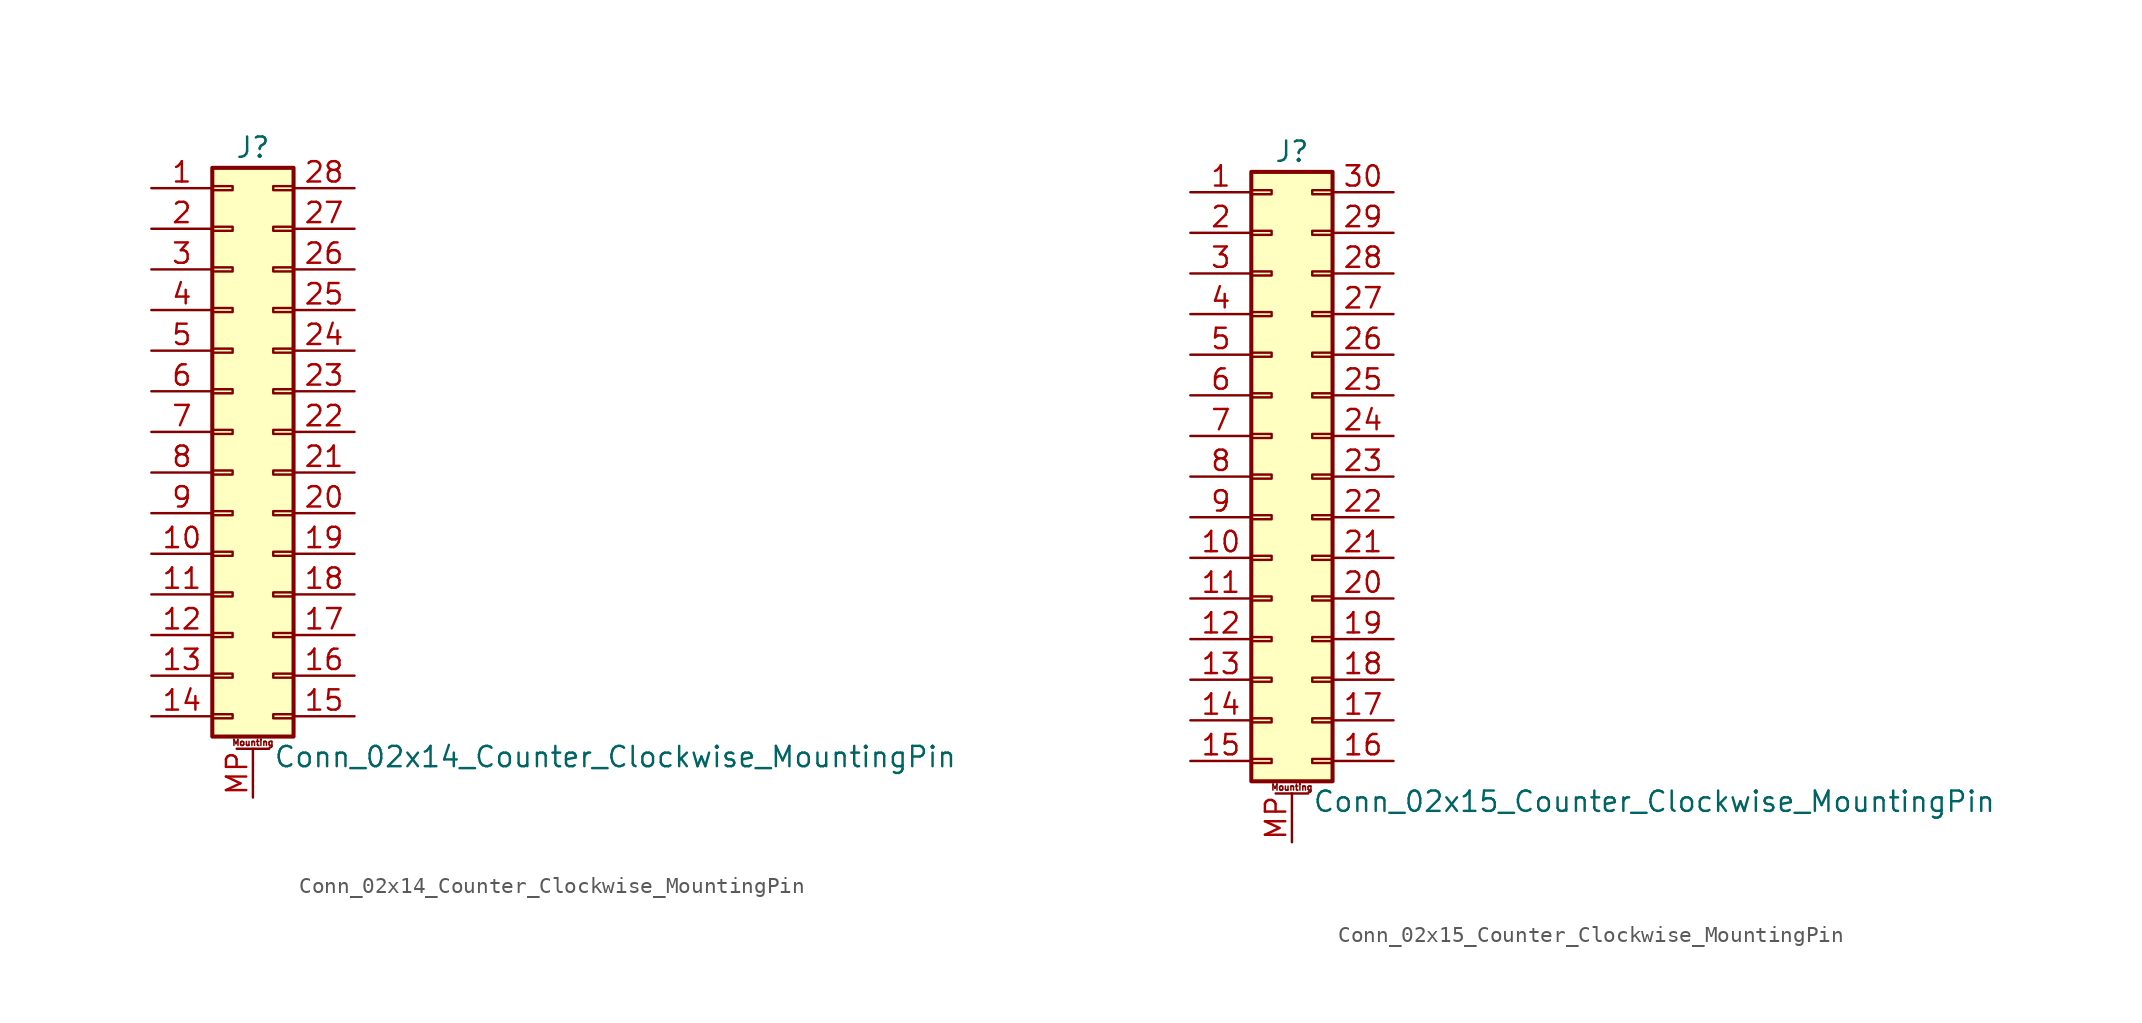
<source format=kicad_sym>
(kicad_symbol_lib
  (version 20211014)
  (generator kicad_symbol_editor)
  (symbol "Conn_02x14_Counter_Clockwise_MountingPin"
    (pin_names
      (offset 1.016) hide)
    (property "Reference" "J"
      (at 1.27 17.78 0)
      (effects (font (size 1.27 1.27))))
    (property "Value" "Conn_02x14_Counter_Clockwise_MountingPin"
      (at 2.54 -20.32 0)
      (effects (font (size 1.27 1.27)) (justify left)))
    (symbol "Conn_02x14_Counter_Clockwise_MountingPin_1_1"
      (rectangle (start -1.27 -17.653) (end 0 -17.907) (stroke (width 0.152) (type default) (color 0 0 0 0)) (fill (type none)))
      (rectangle (start -1.27 -15.113) (end 0 -15.367) (stroke (width 0.152) (type default) (color 0 0 0 0)) (fill (type none)))
      (rectangle (start -1.27 -12.573) (end 0 -12.827) (stroke (width 0.152) (type default) (color 0 0 0 0)) (fill (type none)))
      (rectangle (start -1.27 -10.033) (end 0 -10.287) (stroke (width 0.152) (type default) (color 0 0 0 0)) (fill (type none)))
      (rectangle (start -1.27 -7.493) (end 0 -7.747) (stroke (width 0.152) (type default) (color 0 0 0 0)) (fill (type none)))
      (rectangle (start -1.27 -4.953) (end 0 -5.207) (stroke (width 0.152) (type default) (color 0 0 0 0)) (fill (type none)))
      (rectangle (start -1.27 -2.413) (end 0 -2.667) (stroke (width 0.152) (type default) (color 0 0 0 0)) (fill (type none)))
      (rectangle (start -1.27 0.127) (end 0 -0.127) (stroke (width 0.152) (type default) (color 0 0 0 0)) (fill (type none)))
      (rectangle (start -1.27 2.667) (end 0 2.413) (stroke (width 0.152) (type default) (color 0 0 0 0)) (fill (type none)))
      (rectangle (start -1.27 5.207) (end 0 4.953) (stroke (width 0.152) (type default) (color 0 0 0 0)) (fill (type none)))
      (rectangle (start -1.27 7.747) (end 0 7.493) (stroke (width 0.152) (type default) (color 0 0 0 0)) (fill (type none)))
      (rectangle (start -1.27 10.287) (end 0 10.033) (stroke (width 0.152) (type default) (color 0 0 0 0)) (fill (type none)))
      (rectangle (start -1.27 12.827) (end 0 12.573) (stroke (width 0.152) (type default) (color 0 0 0 0)) (fill (type none)))
      (rectangle (start -1.27 15.367) (end 0 15.113) (stroke (width 0.152) (type default) (color 0 0 0 0)) (fill (type none)))
      (rectangle (start -1.27 16.51) (end 3.81 -19.05) (stroke (width 0.254) (type default) (color 0 0 0 0)) (fill (type background)))
      (polyline (pts (xy 0.254 -19.812) (xy 2.286 -19.812)) (stroke (width 0.152) (type default) (color 0 0 0 0)) (fill (type none)))
      (rectangle (start 3.81 -17.653) (end 2.54 -17.907) (stroke (width 0.152) (type default) (color 0 0 0 0)) (fill (type none)))
      (rectangle (start 3.81 -15.113) (end 2.54 -15.367) (stroke (width 0.152) (type default) (color 0 0 0 0)) (fill (type none)))
      (rectangle (start 3.81 -12.573) (end 2.54 -12.827) (stroke (width 0.152) (type default) (color 0 0 0 0)) (fill (type none)))
      (rectangle (start 3.81 -10.033) (end 2.54 -10.287) (stroke (width 0.152) (type default) (color 0 0 0 0)) (fill (type none)))
      (rectangle (start 3.81 -7.493) (end 2.54 -7.747) (stroke (width 0.152) (type default) (color 0 0 0 0)) (fill (type none)))
      (rectangle (start 3.81 -4.953) (end 2.54 -5.207) (stroke (width 0.152) (type default) (color 0 0 0 0)) (fill (type none)))
      (rectangle (start 3.81 -2.413) (end 2.54 -2.667) (stroke (width 0.152) (type default) (color 0 0 0 0)) (fill (type none)))
      (rectangle (start 3.81 0.127) (end 2.54 -0.127) (stroke (width 0.152) (type default) (color 0 0 0 0)) (fill (type none)))
      (rectangle (start 3.81 2.667) (end 2.54 2.413) (stroke (width 0.152) (type default) (color 0 0 0 0)) (fill (type none)))
      (rectangle (start 3.81 5.207) (end 2.54 4.953) (stroke (width 0.152) (type default) (color 0 0 0 0)) (fill (type none)))
      (rectangle (start 3.81 7.747) (end 2.54 7.493) (stroke (width 0.152) (type default) (color 0 0 0 0)) (fill (type none)))
      (rectangle (start 3.81 10.287) (end 2.54 10.033) (stroke (width 0.152) (type default) (color 0 0 0 0)) (fill (type none)))
      (rectangle (start 3.81 12.827) (end 2.54 12.573) (stroke (width 0.152) (type default) (color 0 0 0 0)) (fill (type none)))
      (rectangle (start 3.81 15.367) (end 2.54 15.113) (stroke (width 0.152) (type default) (color 0 0 0 0)) (fill (type none)))
      (text "Mounting" (at 1.27 -19.431 0) (effects (font (size 0.381 0.381))))
      (pin passive line (at -5.08 15.24 0) (length 3.81) (name "Pin_1" (effects (font (size 1.27 1.27)))) (number "1" (effects (font (size 1.27 1.27)))))
      (pin passive line (at -5.08 -7.62 0) (length 3.81) (name "Pin_10" (effects (font (size 1.27 1.27)))) (number "10" (effects (font (size 1.27 1.27)))))
      (pin passive line (at -5.08 -10.16 0) (length 3.81) (name "Pin_11" (effects (font (size 1.27 1.27)))) (number "11" (effects (font (size 1.27 1.27)))))
      (pin passive line (at -5.08 -12.7 0) (length 3.81) (name "Pin_12" (effects (font (size 1.27 1.27)))) (number "12" (effects (font (size 1.27 1.27)))))
      (pin passive line (at -5.08 -15.24 0) (length 3.81) (name "Pin_13" (effects (font (size 1.27 1.27)))) (number "13" (effects (font (size 1.27 1.27)))))
      (pin passive line (at -5.08 -17.78 0) (length 3.81) (name "Pin_14" (effects (font (size 1.27 1.27)))) (number "14" (effects (font (size 1.27 1.27)))))
      (pin passive line (at 7.62 -17.78 180) (length 3.81) (name "Pin_15" (effects (font (size 1.27 1.27)))) (number "15" (effects (font (size 1.27 1.27)))))
      (pin passive line (at 7.62 -15.24 180) (length 3.81) (name "Pin_16" (effects (font (size 1.27 1.27)))) (number "16" (effects (font (size 1.27 1.27)))))
      (pin passive line (at 7.62 -12.7 180) (length 3.81) (name "Pin_17" (effects (font (size 1.27 1.27)))) (number "17" (effects (font (size 1.27 1.27)))))
      (pin passive line (at 7.62 -10.16 180) (length 3.81) (name "Pin_18" (effects (font (size 1.27 1.27)))) (number "18" (effects (font (size 1.27 1.27)))))
      (pin passive line (at 7.62 -7.62 180) (length 3.81) (name "Pin_19" (effects (font (size 1.27 1.27)))) (number "19" (effects (font (size 1.27 1.27)))))
      (pin passive line (at -5.08 12.7 0) (length 3.81) (name "Pin_2" (effects (font (size 1.27 1.27)))) (number "2" (effects (font (size 1.27 1.27)))))
      (pin passive line (at 7.62 -5.08 180) (length 3.81) (name "Pin_20" (effects (font (size 1.27 1.27)))) (number "20" (effects (font (size 1.27 1.27)))))
      (pin passive line (at 7.62 -2.54 180) (length 3.81) (name "Pin_21" (effects (font (size 1.27 1.27)))) (number "21" (effects (font (size 1.27 1.27)))))
      (pin passive line (at 7.62 0 180) (length 3.81) (name "Pin_22" (effects (font (size 1.27 1.27)))) (number "22" (effects (font (size 1.27 1.27)))))
      (pin passive line (at 7.62 2.54 180) (length 3.81) (name "Pin_23" (effects (font (size 1.27 1.27)))) (number "23" (effects (font (size 1.27 1.27)))))
      (pin passive line (at 7.62 5.08 180) (length 3.81) (name "Pin_24" (effects (font (size 1.27 1.27)))) (number "24" (effects (font (size 1.27 1.27)))))
      (pin passive line (at 7.62 7.62 180) (length 3.81) (name "Pin_25" (effects (font (size 1.27 1.27)))) (number "25" (effects (font (size 1.27 1.27)))))
      (pin passive line (at 7.62 10.16 180) (length 3.81) (name "Pin_26" (effects (font (size 1.27 1.27)))) (number "26" (effects (font (size 1.27 1.27)))))
      (pin passive line (at 7.62 12.7 180) (length 3.81) (name "Pin_27" (effects (font (size 1.27 1.27)))) (number "27" (effects (font (size 1.27 1.27)))))
      (pin passive line (at 7.62 15.24 180) (length 3.81) (name "Pin_28" (effects (font (size 1.27 1.27)))) (number "28" (effects (font (size 1.27 1.27)))))
      (pin passive line (at -5.08 10.16 0) (length 3.81) (name "Pin_3" (effects (font (size 1.27 1.27)))) (number "3" (effects (font (size 1.27 1.27)))))
      (pin passive line (at -5.08 7.62 0) (length 3.81) (name "Pin_4" (effects (font (size 1.27 1.27)))) (number "4" (effects (font (size 1.27 1.27)))))
      (pin passive line (at -5.08 5.08 0) (length 3.81) (name "Pin_5" (effects (font (size 1.27 1.27)))) (number "5" (effects (font (size 1.27 1.27)))))
      (pin passive line (at -5.08 2.54 0) (length 3.81) (name "Pin_6" (effects (font (size 1.27 1.27)))) (number "6" (effects (font (size 1.27 1.27)))))
      (pin passive line (at -5.08 0 0) (length 3.81) (name "Pin_7" (effects (font (size 1.27 1.27)))) (number "7" (effects (font (size 1.27 1.27)))))
      (pin passive line (at -5.08 -2.54 0) (length 3.81) (name "Pin_8" (effects (font (size 1.27 1.27)))) (number "8" (effects (font (size 1.27 1.27)))))
      (pin passive line (at -5.08 -5.08 0) (length 3.81) (name "Pin_9" (effects (font (size 1.27 1.27)))) (number "9" (effects (font (size 1.27 1.27)))))
      (pin passive line (at 1.27 -22.86 90) (length 3.048) (name "MountPin" (effects (font (size 1.27 1.27)))) (number "MP" (effects (font (size 1.27 1.27)))))))
  (symbol "Conn_02x15_Counter_Clockwise_MountingPin"
    (pin_names
      (offset 1.016) hide)
    (property "Reference" "J"
      (at 1.27 20.32 0)
      (effects (font (size 1.27 1.27))))
    (property "Value" "Conn_02x15_Counter_Clockwise_MountingPin"
      (at 2.54 -20.32 0)
      (effects (font (size 1.27 1.27)) (justify left)))
    (symbol "Conn_02x15_Counter_Clockwise_MountingPin_1_1"
      (rectangle (start -1.27 -17.653) (end 0 -17.907) (stroke (width 0.152) (type default) (color 0 0 0 0)) (fill (type none)))
      (rectangle (start -1.27 -15.113) (end 0 -15.367) (stroke (width 0.152) (type default) (color 0 0 0 0)) (fill (type none)))
      (rectangle (start -1.27 -12.573) (end 0 -12.827) (stroke (width 0.152) (type default) (color 0 0 0 0)) (fill (type none)))
      (rectangle (start -1.27 -10.033) (end 0 -10.287) (stroke (width 0.152) (type default) (color 0 0 0 0)) (fill (type none)))
      (rectangle (start -1.27 -7.493) (end 0 -7.747) (stroke (width 0.152) (type default) (color 0 0 0 0)) (fill (type none)))
      (rectangle (start -1.27 -4.953) (end 0 -5.207) (stroke (width 0.152) (type default) (color 0 0 0 0)) (fill (type none)))
      (rectangle (start -1.27 -2.413) (end 0 -2.667) (stroke (width 0.152) (type default) (color 0 0 0 0)) (fill (type none)))
      (rectangle (start -1.27 0.127) (end 0 -0.127) (stroke (width 0.152) (type default) (color 0 0 0 0)) (fill (type none)))
      (rectangle (start -1.27 2.667) (end 0 2.413) (stroke (width 0.152) (type default) (color 0 0 0 0)) (fill (type none)))
      (rectangle (start -1.27 5.207) (end 0 4.953) (stroke (width 0.152) (type default) (color 0 0 0 0)) (fill (type none)))
      (rectangle (start -1.27 7.747) (end 0 7.493) (stroke (width 0.152) (type default) (color 0 0 0 0)) (fill (type none)))
      (rectangle (start -1.27 10.287) (end 0 10.033) (stroke (width 0.152) (type default) (color 0 0 0 0)) (fill (type none)))
      (rectangle (start -1.27 12.827) (end 0 12.573) (stroke (width 0.152) (type default) (color 0 0 0 0)) (fill (type none)))
      (rectangle (start -1.27 15.367) (end 0 15.113) (stroke (width 0.152) (type default) (color 0 0 0 0)) (fill (type none)))
      (rectangle (start -1.27 17.907) (end 0 17.653) (stroke (width 0.152) (type default) (color 0 0 0 0)) (fill (type none)))
      (rectangle (start -1.27 19.05) (end 3.81 -19.05) (stroke (width 0.254) (type default) (color 0 0 0 0)) (fill (type background)))
      (polyline (pts (xy 0.254 -19.812) (xy 2.286 -19.812)) (stroke (width 0.152) (type default) (color 0 0 0 0)) (fill (type none)))
      (rectangle (start 3.81 -17.653) (end 2.54 -17.907) (stroke (width 0.152) (type default) (color 0 0 0 0)) (fill (type none)))
      (rectangle (start 3.81 -15.113) (end 2.54 -15.367) (stroke (width 0.152) (type default) (color 0 0 0 0)) (fill (type none)))
      (rectangle (start 3.81 -12.573) (end 2.54 -12.827) (stroke (width 0.152) (type default) (color 0 0 0 0)) (fill (type none)))
      (rectangle (start 3.81 -10.033) (end 2.54 -10.287) (stroke (width 0.152) (type default) (color 0 0 0 0)) (fill (type none)))
      (rectangle (start 3.81 -7.493) (end 2.54 -7.747) (stroke (width 0.152) (type default) (color 0 0 0 0)) (fill (type none)))
      (rectangle (start 3.81 -4.953) (end 2.54 -5.207) (stroke (width 0.152) (type default) (color 0 0 0 0)) (fill (type none)))
      (rectangle (start 3.81 -2.413) (end 2.54 -2.667) (stroke (width 0.152) (type default) (color 0 0 0 0)) (fill (type none)))
      (rectangle (start 3.81 0.127) (end 2.54 -0.127) (stroke (width 0.152) (type default) (color 0 0 0 0)) (fill (type none)))
      (rectangle (start 3.81 2.667) (end 2.54 2.413) (stroke (width 0.152) (type default) (color 0 0 0 0)) (fill (type none)))
      (rectangle (start 3.81 5.207) (end 2.54 4.953) (stroke (width 0.152) (type default) (color 0 0 0 0)) (fill (type none)))
      (rectangle (start 3.81 7.747) (end 2.54 7.493) (stroke (width 0.152) (type default) (color 0 0 0 0)) (fill (type none)))
      (rectangle (start 3.81 10.287) (end 2.54 10.033) (stroke (width 0.152) (type default) (color 0 0 0 0)) (fill (type none)))
      (rectangle (start 3.81 12.827) (end 2.54 12.573) (stroke (width 0.152) (type default) (color 0 0 0 0)) (fill (type none)))
      (rectangle (start 3.81 15.367) (end 2.54 15.113) (stroke (width 0.152) (type default) (color 0 0 0 0)) (fill (type none)))
      (rectangle (start 3.81 17.907) (end 2.54 17.653) (stroke (width 0.152) (type default) (color 0 0 0 0)) (fill (type none)))
      (text "Mounting" (at 1.27 -19.431 0) (effects (font (size 0.381 0.381))))
      (pin passive line (at -5.08 17.78 0) (length 3.81) (name "Pin_1" (effects (font (size 1.27 1.27)))) (number "1" (effects (font (size 1.27 1.27)))))
      (pin passive line (at -5.08 -5.08 0) (length 3.81) (name "Pin_10" (effects (font (size 1.27 1.27)))) (number "10" (effects (font (size 1.27 1.27)))))
      (pin passive line (at -5.08 -7.62 0) (length 3.81) (name "Pin_11" (effects (font (size 1.27 1.27)))) (number "11" (effects (font (size 1.27 1.27)))))
      (pin passive line (at -5.08 -10.16 0) (length 3.81) (name "Pin_12" (effects (font (size 1.27 1.27)))) (number "12" (effects (font (size 1.27 1.27)))))
      (pin passive line (at -5.08 -12.7 0) (length 3.81) (name "Pin_13" (effects (font (size 1.27 1.27)))) (number "13" (effects (font (size 1.27 1.27)))))
      (pin passive line (at -5.08 -15.24 0) (length 3.81) (name "Pin_14" (effects (font (size 1.27 1.27)))) (number "14" (effects (font (size 1.27 1.27)))))
      (pin passive line (at -5.08 -17.78 0) (length 3.81) (name "Pin_15" (effects (font (size 1.27 1.27)))) (number "15" (effects (font (size 1.27 1.27)))))
      (pin passive line (at 7.62 -17.78 180) (length 3.81) (name "Pin_16" (effects (font (size 1.27 1.27)))) (number "16" (effects (font (size 1.27 1.27)))))
      (pin passive line (at 7.62 -15.24 180) (length 3.81) (name "Pin_17" (effects (font (size 1.27 1.27)))) (number "17" (effects (font (size 1.27 1.27)))))
      (pin passive line (at 7.62 -12.7 180) (length 3.81) (name "Pin_18" (effects (font (size 1.27 1.27)))) (number "18" (effects (font (size 1.27 1.27)))))
      (pin passive line (at 7.62 -10.16 180) (length 3.81) (name "Pin_19" (effects (font (size 1.27 1.27)))) (number "19" (effects (font (size 1.27 1.27)))))
      (pin passive line (at -5.08 15.24 0) (length 3.81) (name "Pin_2" (effects (font (size 1.27 1.27)))) (number "2" (effects (font (size 1.27 1.27)))))
      (pin passive line (at 7.62 -7.62 180) (length 3.81) (name "Pin_20" (effects (font (size 1.27 1.27)))) (number "20" (effects (font (size 1.27 1.27)))))
      (pin passive line (at 7.62 -5.08 180) (length 3.81) (name "Pin_21" (effects (font (size 1.27 1.27)))) (number "21" (effects (font (size 1.27 1.27)))))
      (pin passive line (at 7.62 -2.54 180) (length 3.81) (name "Pin_22" (effects (font (size 1.27 1.27)))) (number "22" (effects (font (size 1.27 1.27)))))
      (pin passive line (at 7.62 0 180) (length 3.81) (name "Pin_23" (effects (font (size 1.27 1.27)))) (number "23" (effects (font (size 1.27 1.27)))))
      (pin passive line (at 7.62 2.54 180) (length 3.81) (name "Pin_24" (effects (font (size 1.27 1.27)))) (number "24" (effects (font (size 1.27 1.27)))))
      (pin passive line (at 7.62 5.08 180) (length 3.81) (name "Pin_25" (effects (font (size 1.27 1.27)))) (number "25" (effects (font (size 1.27 1.27)))))
      (pin passive line (at 7.62 7.62 180) (length 3.81) (name "Pin_26" (effects (font (size 1.27 1.27)))) (number "26" (effects (font (size 1.27 1.27)))))
      (pin passive line (at 7.62 10.16 180) (length 3.81) (name "Pin_27" (effects (font (size 1.27 1.27)))) (number "27" (effects (font (size 1.27 1.27)))))
      (pin passive line (at 7.62 12.7 180) (length 3.81) (name "Pin_28" (effects (font (size 1.27 1.27)))) (number "28" (effects (font (size 1.27 1.27)))))
      (pin passive line (at 7.62 15.24 180) (length 3.81) (name "Pin_29" (effects (font (size 1.27 1.27)))) (number "29" (effects (font (size 1.27 1.27)))))
      (pin passive line (at -5.08 12.7 0) (length 3.81) (name "Pin_3" (effects (font (size 1.27 1.27)))) (number "3" (effects (font (size 1.27 1.27)))))
      (pin passive line (at 7.62 17.78 180) (length 3.81) (name "Pin_30" (effects (font (size 1.27 1.27)))) (number "30" (effects (font (size 1.27 1.27)))))
      (pin passive line (at -5.08 10.16 0) (length 3.81) (name "Pin_4" (effects (font (size 1.27 1.27)))) (number "4" (effects (font (size 1.27 1.27)))))
      (pin passive line (at -5.08 7.62 0) (length 3.81) (name "Pin_5" (effects (font (size 1.27 1.27)))) (number "5" (effects (font (size 1.27 1.27)))))
      (pin passive line (at -5.08 5.08 0) (length 3.81) (name "Pin_6" (effects (font (size 1.27 1.27)))) (number "6" (effects (font (size 1.27 1.27)))))
      (pin passive line (at -5.08 2.54 0) (length 3.81) (name "Pin_7" (effects (font (size 1.27 1.27)))) (number "7" (effects (font (size 1.27 1.27)))))
      (pin passive line (at -5.08 0 0) (length 3.81) (name "Pin_8" (effects (font (size 1.27 1.27)))) (number "8" (effects (font (size 1.27 1.27)))))
      (pin passive line (at -5.08 -2.54 0) (length 3.81) (name "Pin_9" (effects (font (size 1.27 1.27)))) (number "9" (effects (font (size 1.27 1.27)))))
      (pin passive line (at 1.27 -22.86 90) (length 3.048) (name "MountPin" (effects (font (size 1.27 1.27)))) (number "MP" (effects (font (size 1.27 1.27))))))))
</source>
